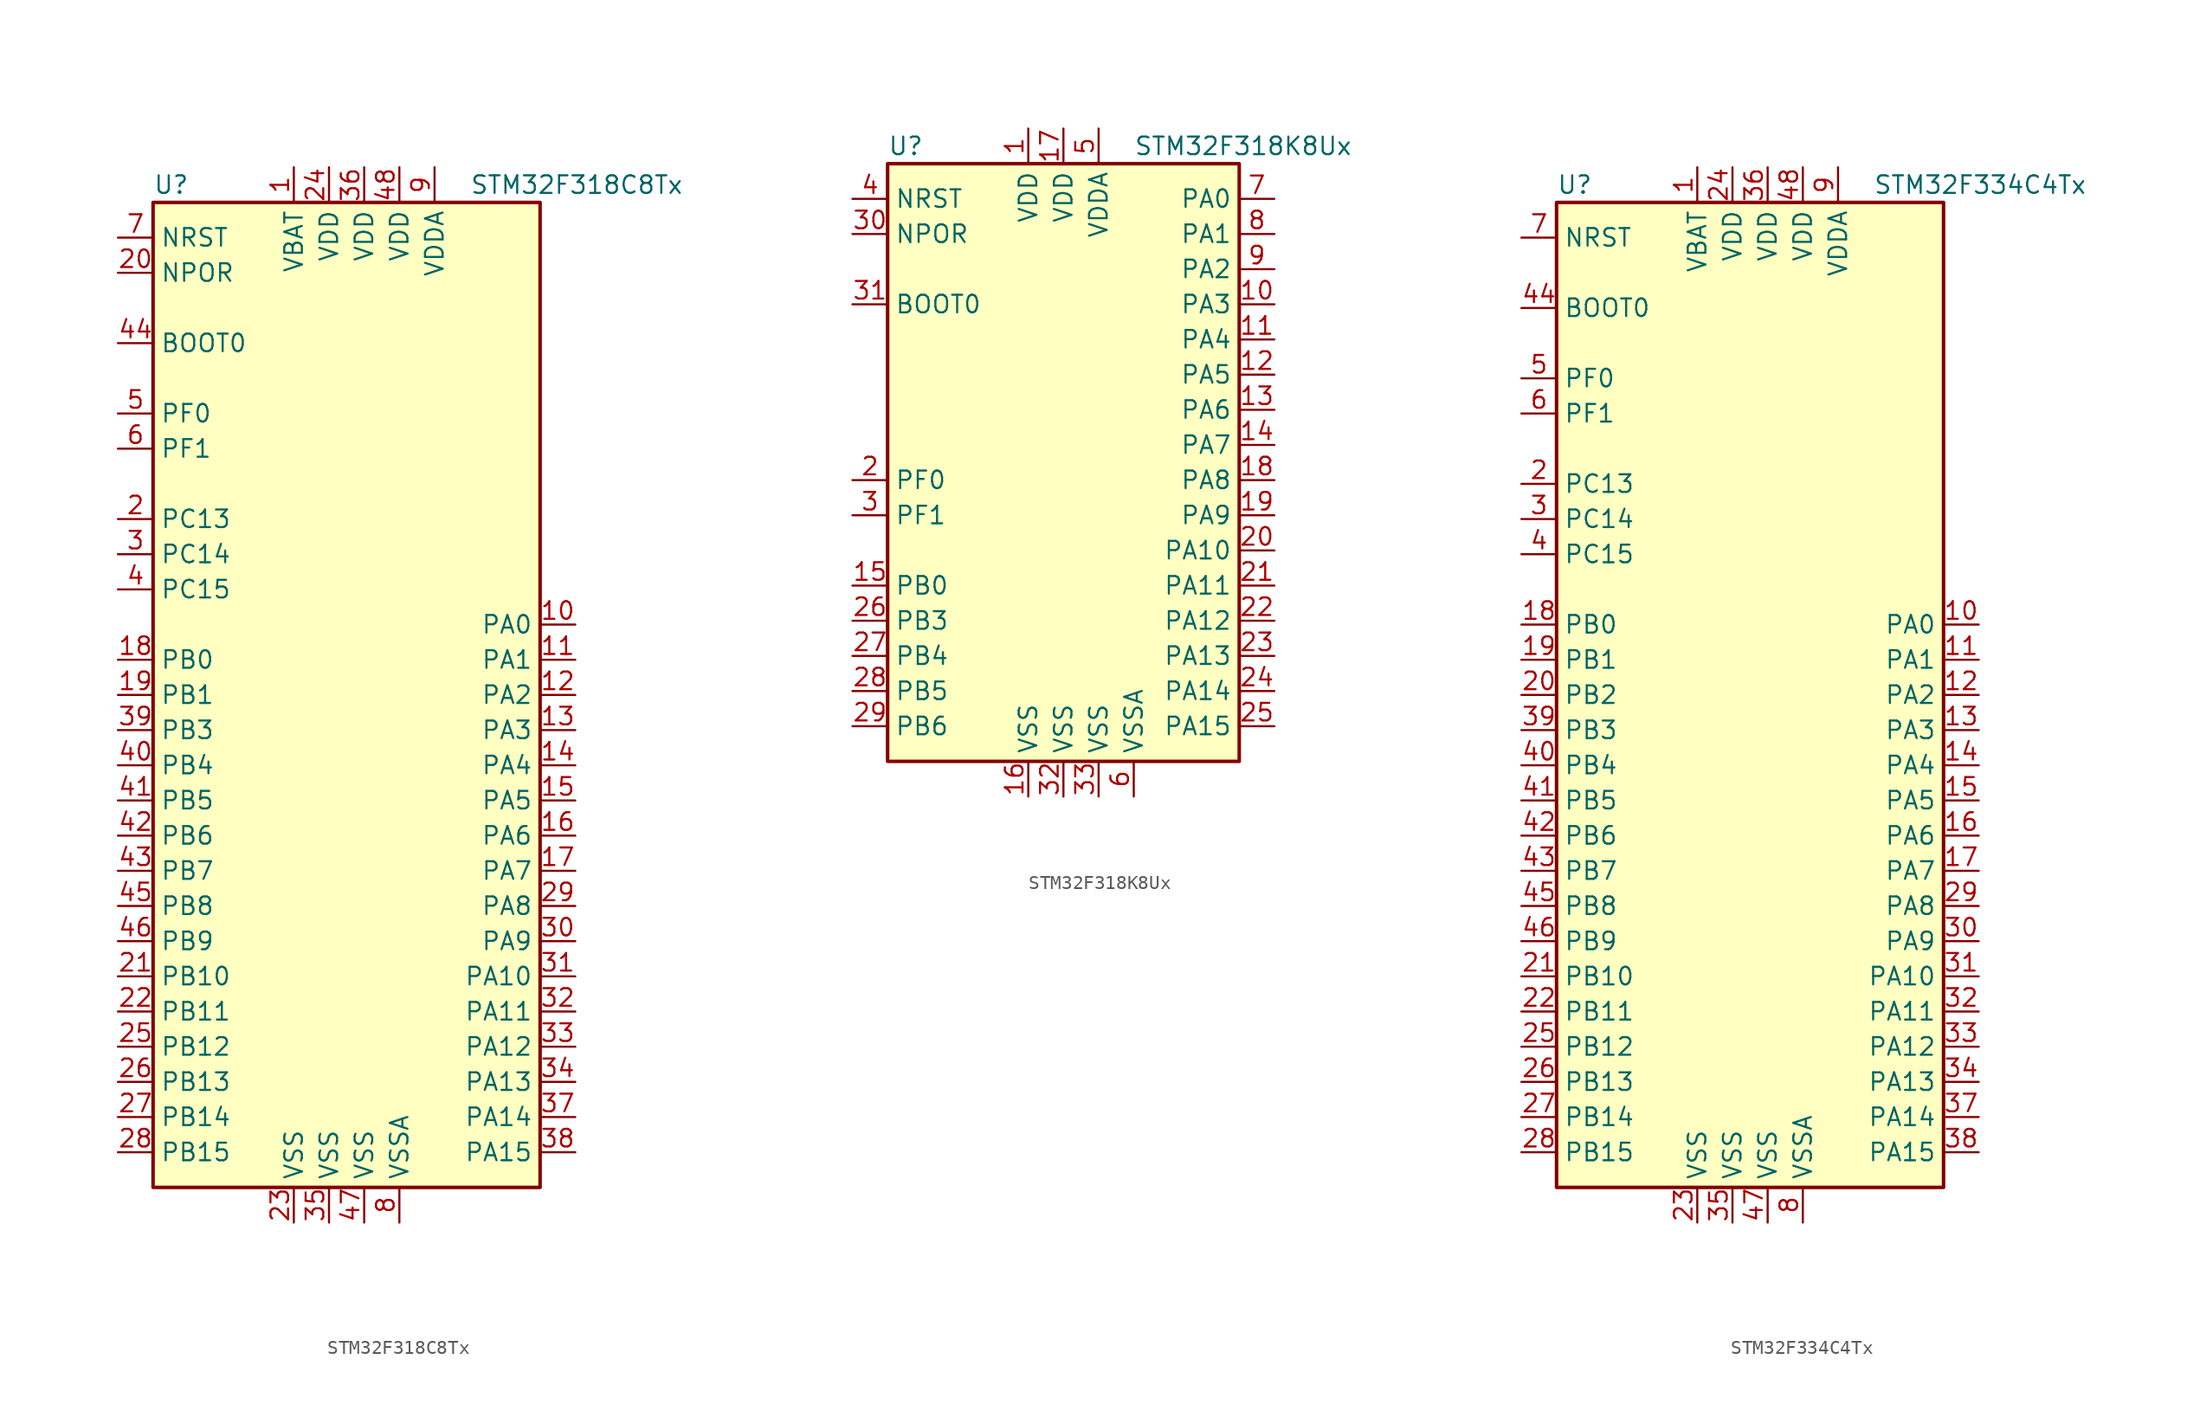
<source format=kicad_sym>
(kicad_symbol_lib
  (version 20201005)
  (generator kicad_symbol_editor)
  (symbol "MCU_ST_STM32F3:STM32F318C8Tx"
    (property "Reference" "U"
      (at -15.24 36.83 0)
      (effects (font (size 1.27 1.27)) (justify left)))
    (property "Value" "STM32F318C8Tx"
      (at 7.62 36.83 0)
      (effects (font (size 1.27 1.27)) (justify left)))
    (symbol "STM32F318C8Tx_0_1"
      (rectangle (start -15.24 -35.56) (end 12.7 35.56) (stroke (width 0.254)) (fill (type background))))
    (symbol "STM32F318C8Tx_1_1"
      (pin input line (at -17.78 25.4 0) (length 2.54) (name "BOOT0" (effects (font (size 1.27 1.27)))) (number "44" (effects (font (size 1.27 1.27)))))
      (pin input line (at -17.78 30.48 0) (length 2.54) (name "NPOR" (effects (font (size 1.27 1.27)))) (number "20" (effects (font (size 1.27 1.27)))))
      (pin input line (at -17.78 33.02 0) (length 2.54) (name "NRST" (effects (font (size 1.27 1.27)))) (number "7" (effects (font (size 1.27 1.27)))))
      (pin bidirectional line (at 15.24 5.08 180) (length 2.54) (name "PA0" (effects (font (size 1.27 1.27)))) (number "10" (effects (font (size 1.27 1.27)))))
      (pin bidirectional line (at 15.24 2.54 180) (length 2.54) (name "PA1" (effects (font (size 1.27 1.27)))) (number "11" (effects (font (size 1.27 1.27)))))
      (pin bidirectional line (at 15.24 -20.32 180) (length 2.54) (name "PA10" (effects (font (size 1.27 1.27)))) (number "31" (effects (font (size 1.27 1.27)))))
      (pin bidirectional line (at 15.24 -22.86 180) (length 2.54) (name "PA11" (effects (font (size 1.27 1.27)))) (number "32" (effects (font (size 1.27 1.27)))))
      (pin bidirectional line (at 15.24 -25.4 180) (length 2.54) (name "PA12" (effects (font (size 1.27 1.27)))) (number "33" (effects (font (size 1.27 1.27)))))
      (pin bidirectional line (at 15.24 -27.94 180) (length 2.54) (name "PA13" (effects (font (size 1.27 1.27)))) (number "34" (effects (font (size 1.27 1.27)))))
      (pin bidirectional line (at 15.24 -30.48 180) (length 2.54) (name "PA14" (effects (font (size 1.27 1.27)))) (number "37" (effects (font (size 1.27 1.27)))))
      (pin bidirectional line (at 15.24 -33.02 180) (length 2.54) (name "PA15" (effects (font (size 1.27 1.27)))) (number "38" (effects (font (size 1.27 1.27)))))
      (pin bidirectional line (at 15.24 0 180) (length 2.54) (name "PA2" (effects (font (size 1.27 1.27)))) (number "12" (effects (font (size 1.27 1.27)))))
      (pin bidirectional line (at 15.24 -2.54 180) (length 2.54) (name "PA3" (effects (font (size 1.27 1.27)))) (number "13" (effects (font (size 1.27 1.27)))))
      (pin bidirectional line (at 15.24 -5.08 180) (length 2.54) (name "PA4" (effects (font (size 1.27 1.27)))) (number "14" (effects (font (size 1.27 1.27)))))
      (pin bidirectional line (at 15.24 -7.62 180) (length 2.54) (name "PA5" (effects (font (size 1.27 1.27)))) (number "15" (effects (font (size 1.27 1.27)))))
      (pin bidirectional line (at 15.24 -10.16 180) (length 2.54) (name "PA6" (effects (font (size 1.27 1.27)))) (number "16" (effects (font (size 1.27 1.27)))))
      (pin bidirectional line (at 15.24 -12.7 180) (length 2.54) (name "PA7" (effects (font (size 1.27 1.27)))) (number "17" (effects (font (size 1.27 1.27)))))
      (pin bidirectional line (at 15.24 -15.24 180) (length 2.54) (name "PA8" (effects (font (size 1.27 1.27)))) (number "29" (effects (font (size 1.27 1.27)))))
      (pin bidirectional line (at 15.24 -17.78 180) (length 2.54) (name "PA9" (effects (font (size 1.27 1.27)))) (number "30" (effects (font (size 1.27 1.27)))))
      (pin bidirectional line (at -17.78 2.54 0) (length 2.54) (name "PB0" (effects (font (size 1.27 1.27)))) (number "18" (effects (font (size 1.27 1.27)))))
      (pin bidirectional line (at -17.78 0 0) (length 2.54) (name "PB1" (effects (font (size 1.27 1.27)))) (number "19" (effects (font (size 1.27 1.27)))))
      (pin bidirectional line (at -17.78 -20.32 0) (length 2.54) (name "PB10" (effects (font (size 1.27 1.27)))) (number "21" (effects (font (size 1.27 1.27)))))
      (pin bidirectional line (at -17.78 -22.86 0) (length 2.54) (name "PB11" (effects (font (size 1.27 1.27)))) (number "22" (effects (font (size 1.27 1.27)))))
      (pin bidirectional line (at -17.78 -25.4 0) (length 2.54) (name "PB12" (effects (font (size 1.27 1.27)))) (number "25" (effects (font (size 1.27 1.27)))))
      (pin bidirectional line (at -17.78 -27.94 0) (length 2.54) (name "PB13" (effects (font (size 1.27 1.27)))) (number "26" (effects (font (size 1.27 1.27)))))
      (pin bidirectional line (at -17.78 -30.48 0) (length 2.54) (name "PB14" (effects (font (size 1.27 1.27)))) (number "27" (effects (font (size 1.27 1.27)))))
      (pin bidirectional line (at -17.78 -33.02 0) (length 2.54) (name "PB15" (effects (font (size 1.27 1.27)))) (number "28" (effects (font (size 1.27 1.27)))))
      (pin bidirectional line (at -17.78 -2.54 0) (length 2.54) (name "PB3" (effects (font (size 1.27 1.27)))) (number "39" (effects (font (size 1.27 1.27)))))
      (pin bidirectional line (at -17.78 -5.08 0) (length 2.54) (name "PB4" (effects (font (size 1.27 1.27)))) (number "40" (effects (font (size 1.27 1.27)))))
      (pin bidirectional line (at -17.78 -7.62 0) (length 2.54) (name "PB5" (effects (font (size 1.27 1.27)))) (number "41" (effects (font (size 1.27 1.27)))))
      (pin bidirectional line (at -17.78 -10.16 0) (length 2.54) (name "PB6" (effects (font (size 1.27 1.27)))) (number "42" (effects (font (size 1.27 1.27)))))
      (pin bidirectional line (at -17.78 -12.7 0) (length 2.54) (name "PB7" (effects (font (size 1.27 1.27)))) (number "43" (effects (font (size 1.27 1.27)))))
      (pin bidirectional line (at -17.78 -15.24 0) (length 2.54) (name "PB8" (effects (font (size 1.27 1.27)))) (number "45" (effects (font (size 1.27 1.27)))))
      (pin bidirectional line (at -17.78 -17.78 0) (length 2.54) (name "PB9" (effects (font (size 1.27 1.27)))) (number "46" (effects (font (size 1.27 1.27)))))
      (pin bidirectional line (at -17.78 12.7 0) (length 2.54) (name "PC13" (effects (font (size 1.27 1.27)))) (number "2" (effects (font (size 1.27 1.27)))))
      (pin bidirectional line (at -17.78 10.16 0) (length 2.54) (name "PC14" (effects (font (size 1.27 1.27)))) (number "3" (effects (font (size 1.27 1.27)))))
      (pin bidirectional line (at -17.78 7.62 0) (length 2.54) (name "PC15" (effects (font (size 1.27 1.27)))) (number "4" (effects (font (size 1.27 1.27)))))
      (pin input line (at -17.78 20.32 0) (length 2.54) (name "PF0" (effects (font (size 1.27 1.27)))) (number "5" (effects (font (size 1.27 1.27)))))
      (pin input line (at -17.78 17.78 0) (length 2.54) (name "PF1" (effects (font (size 1.27 1.27)))) (number "6" (effects (font (size 1.27 1.27)))))
      (pin power_in line (at -5.08 38.1 270) (length 2.54) (name "VBAT" (effects (font (size 1.27 1.27)))) (number "1" (effects (font (size 1.27 1.27)))))
      (pin power_in line (at -2.54 38.1 270) (length 2.54) (name "VDD" (effects (font (size 1.27 1.27)))) (number "24" (effects (font (size 1.27 1.27)))))
      (pin power_in line (at 0 38.1 270) (length 2.54) (name "VDD" (effects (font (size 1.27 1.27)))) (number "36" (effects (font (size 1.27 1.27)))))
      (pin power_in line (at 2.54 38.1 270) (length 2.54) (name "VDD" (effects (font (size 1.27 1.27)))) (number "48" (effects (font (size 1.27 1.27)))))
      (pin power_in line (at 5.08 38.1 270) (length 2.54) (name "VDDA" (effects (font (size 1.27 1.27)))) (number "9" (effects (font (size 1.27 1.27)))))
      (pin power_in line (at -5.08 -38.1 90) (length 2.54) (name "VSS" (effects (font (size 1.27 1.27)))) (number "23" (effects (font (size 1.27 1.27)))))
      (pin power_in line (at -2.54 -38.1 90) (length 2.54) (name "VSS" (effects (font (size 1.27 1.27)))) (number "35" (effects (font (size 1.27 1.27)))))
      (pin power_in line (at 0 -38.1 90) (length 2.54) (name "VSS" (effects (font (size 1.27 1.27)))) (number "47" (effects (font (size 1.27 1.27)))))
      (pin power_in line (at 2.54 -38.1 90) (length 2.54) (name "VSSA" (effects (font (size 1.27 1.27)))) (number "8" (effects (font (size 1.27 1.27)))))))
  (symbol "MCU_ST_STM32F3:STM32F318K8Ux"
    (property "Reference" "U"
      (at -12.7 21.59 0)
      (effects (font (size 1.27 1.27)) (justify left)))
    (property "Value" "STM32F318K8Ux"
      (at 5.08 21.59 0)
      (effects (font (size 1.27 1.27)) (justify left)))
    (symbol "STM32F318K8Ux_0_1"
      (rectangle (start -12.7 -22.86) (end 12.7 20.32) (stroke (width 0.254)) (fill (type background))))
    (symbol "STM32F318K8Ux_1_1"
      (pin input line (at -15.24 10.16 0) (length 2.54) (name "BOOT0" (effects (font (size 1.27 1.27)))) (number "31" (effects (font (size 1.27 1.27)))))
      (pin input line (at -15.24 15.24 0) (length 2.54) (name "NPOR" (effects (font (size 1.27 1.27)))) (number "30" (effects (font (size 1.27 1.27)))))
      (pin input line (at -15.24 17.78 0) (length 2.54) (name "NRST" (effects (font (size 1.27 1.27)))) (number "4" (effects (font (size 1.27 1.27)))))
      (pin bidirectional line (at 15.24 17.78 180) (length 2.54) (name "PA0" (effects (font (size 1.27 1.27)))) (number "7" (effects (font (size 1.27 1.27)))))
      (pin bidirectional line (at 15.24 15.24 180) (length 2.54) (name "PA1" (effects (font (size 1.27 1.27)))) (number "8" (effects (font (size 1.27 1.27)))))
      (pin bidirectional line (at 15.24 -7.62 180) (length 2.54) (name "PA10" (effects (font (size 1.27 1.27)))) (number "20" (effects (font (size 1.27 1.27)))))
      (pin bidirectional line (at 15.24 -10.16 180) (length 2.54) (name "PA11" (effects (font (size 1.27 1.27)))) (number "21" (effects (font (size 1.27 1.27)))))
      (pin bidirectional line (at 15.24 -12.7 180) (length 2.54) (name "PA12" (effects (font (size 1.27 1.27)))) (number "22" (effects (font (size 1.27 1.27)))))
      (pin bidirectional line (at 15.24 -15.24 180) (length 2.54) (name "PA13" (effects (font (size 1.27 1.27)))) (number "23" (effects (font (size 1.27 1.27)))))
      (pin bidirectional line (at 15.24 -17.78 180) (length 2.54) (name "PA14" (effects (font (size 1.27 1.27)))) (number "24" (effects (font (size 1.27 1.27)))))
      (pin bidirectional line (at 15.24 -20.32 180) (length 2.54) (name "PA15" (effects (font (size 1.27 1.27)))) (number "25" (effects (font (size 1.27 1.27)))))
      (pin bidirectional line (at 15.24 12.7 180) (length 2.54) (name "PA2" (effects (font (size 1.27 1.27)))) (number "9" (effects (font (size 1.27 1.27)))))
      (pin bidirectional line (at 15.24 10.16 180) (length 2.54) (name "PA3" (effects (font (size 1.27 1.27)))) (number "10" (effects (font (size 1.27 1.27)))))
      (pin bidirectional line (at 15.24 7.62 180) (length 2.54) (name "PA4" (effects (font (size 1.27 1.27)))) (number "11" (effects (font (size 1.27 1.27)))))
      (pin bidirectional line (at 15.24 5.08 180) (length 2.54) (name "PA5" (effects (font (size 1.27 1.27)))) (number "12" (effects (font (size 1.27 1.27)))))
      (pin bidirectional line (at 15.24 2.54 180) (length 2.54) (name "PA6" (effects (font (size 1.27 1.27)))) (number "13" (effects (font (size 1.27 1.27)))))
      (pin bidirectional line (at 15.24 0 180) (length 2.54) (name "PA7" (effects (font (size 1.27 1.27)))) (number "14" (effects (font (size 1.27 1.27)))))
      (pin bidirectional line (at 15.24 -2.54 180) (length 2.54) (name "PA8" (effects (font (size 1.27 1.27)))) (number "18" (effects (font (size 1.27 1.27)))))
      (pin bidirectional line (at 15.24 -5.08 180) (length 2.54) (name "PA9" (effects (font (size 1.27 1.27)))) (number "19" (effects (font (size 1.27 1.27)))))
      (pin bidirectional line (at -15.24 -10.16 0) (length 2.54) (name "PB0" (effects (font (size 1.27 1.27)))) (number "15" (effects (font (size 1.27 1.27)))))
      (pin bidirectional line (at -15.24 -12.7 0) (length 2.54) (name "PB3" (effects (font (size 1.27 1.27)))) (number "26" (effects (font (size 1.27 1.27)))))
      (pin bidirectional line (at -15.24 -15.24 0) (length 2.54) (name "PB4" (effects (font (size 1.27 1.27)))) (number "27" (effects (font (size 1.27 1.27)))))
      (pin bidirectional line (at -15.24 -17.78 0) (length 2.54) (name "PB5" (effects (font (size 1.27 1.27)))) (number "28" (effects (font (size 1.27 1.27)))))
      (pin bidirectional line (at -15.24 -20.32 0) (length 2.54) (name "PB6" (effects (font (size 1.27 1.27)))) (number "29" (effects (font (size 1.27 1.27)))))
      (pin input line (at -15.24 -2.54 0) (length 2.54) (name "PF0" (effects (font (size 1.27 1.27)))) (number "2" (effects (font (size 1.27 1.27)))))
      (pin input line (at -15.24 -5.08 0) (length 2.54) (name "PF1" (effects (font (size 1.27 1.27)))) (number "3" (effects (font (size 1.27 1.27)))))
      (pin power_in line (at -2.54 22.86 270) (length 2.54) (name "VDD" (effects (font (size 1.27 1.27)))) (number "1" (effects (font (size 1.27 1.27)))))
      (pin power_in line (at 0 22.86 270) (length 2.54) (name "VDD" (effects (font (size 1.27 1.27)))) (number "17" (effects (font (size 1.27 1.27)))))
      (pin power_in line (at 2.54 22.86 270) (length 2.54) (name "VDDA" (effects (font (size 1.27 1.27)))) (number "5" (effects (font (size 1.27 1.27)))))
      (pin power_in line (at -2.54 -25.4 90) (length 2.54) (name "VSS" (effects (font (size 1.27 1.27)))) (number "16" (effects (font (size 1.27 1.27)))))
      (pin power_in line (at 0 -25.4 90) (length 2.54) (name "VSS" (effects (font (size 1.27 1.27)))) (number "32" (effects (font (size 1.27 1.27)))))
      (pin power_in line (at 2.54 -25.4 90) (length 2.54) (name "VSS" (effects (font (size 1.27 1.27)))) (number "33" (effects (font (size 1.27 1.27)))))
      (pin power_in line (at 5.08 -25.4 90) (length 2.54) (name "VSSA" (effects (font (size 1.27 1.27)))) (number "6" (effects (font (size 1.27 1.27)))))))
  (symbol "MCU_ST_STM32F3:STM32F334C4Tx"
    (property "Reference" "U"
      (at -15.24 36.83 0)
      (effects (font (size 1.27 1.27)) (justify left)))
    (property "Value" "STM32F334C4Tx"
      (at 7.62 36.83 0)
      (effects (font (size 1.27 1.27)) (justify left)))
    (symbol "STM32F334C4Tx_0_1"
      (rectangle (start -15.24 -35.56) (end 12.7 35.56) (stroke (width 0.254)) (fill (type background))))
    (symbol "STM32F334C4Tx_1_1"
      (pin input line (at -17.78 27.94 0) (length 2.54) (name "BOOT0" (effects (font (size 1.27 1.27)))) (number "44" (effects (font (size 1.27 1.27)))))
      (pin input line (at -17.78 33.02 0) (length 2.54) (name "NRST" (effects (font (size 1.27 1.27)))) (number "7" (effects (font (size 1.27 1.27)))))
      (pin bidirectional line (at 15.24 5.08 180) (length 2.54) (name "PA0" (effects (font (size 1.27 1.27)))) (number "10" (effects (font (size 1.27 1.27)))))
      (pin bidirectional line (at 15.24 2.54 180) (length 2.54) (name "PA1" (effects (font (size 1.27 1.27)))) (number "11" (effects (font (size 1.27 1.27)))))
      (pin bidirectional line (at 15.24 -20.32 180) (length 2.54) (name "PA10" (effects (font (size 1.27 1.27)))) (number "31" (effects (font (size 1.27 1.27)))))
      (pin bidirectional line (at 15.24 -22.86 180) (length 2.54) (name "PA11" (effects (font (size 1.27 1.27)))) (number "32" (effects (font (size 1.27 1.27)))))
      (pin bidirectional line (at 15.24 -25.4 180) (length 2.54) (name "PA12" (effects (font (size 1.27 1.27)))) (number "33" (effects (font (size 1.27 1.27)))))
      (pin bidirectional line (at 15.24 -27.94 180) (length 2.54) (name "PA13" (effects (font (size 1.27 1.27)))) (number "34" (effects (font (size 1.27 1.27)))))
      (pin bidirectional line (at 15.24 -30.48 180) (length 2.54) (name "PA14" (effects (font (size 1.27 1.27)))) (number "37" (effects (font (size 1.27 1.27)))))
      (pin bidirectional line (at 15.24 -33.02 180) (length 2.54) (name "PA15" (effects (font (size 1.27 1.27)))) (number "38" (effects (font (size 1.27 1.27)))))
      (pin bidirectional line (at 15.24 0 180) (length 2.54) (name "PA2" (effects (font (size 1.27 1.27)))) (number "12" (effects (font (size 1.27 1.27)))))
      (pin bidirectional line (at 15.24 -2.54 180) (length 2.54) (name "PA3" (effects (font (size 1.27 1.27)))) (number "13" (effects (font (size 1.27 1.27)))))
      (pin bidirectional line (at 15.24 -5.08 180) (length 2.54) (name "PA4" (effects (font (size 1.27 1.27)))) (number "14" (effects (font (size 1.27 1.27)))))
      (pin bidirectional line (at 15.24 -7.62 180) (length 2.54) (name "PA5" (effects (font (size 1.27 1.27)))) (number "15" (effects (font (size 1.27 1.27)))))
      (pin bidirectional line (at 15.24 -10.16 180) (length 2.54) (name "PA6" (effects (font (size 1.27 1.27)))) (number "16" (effects (font (size 1.27 1.27)))))
      (pin bidirectional line (at 15.24 -12.7 180) (length 2.54) (name "PA7" (effects (font (size 1.27 1.27)))) (number "17" (effects (font (size 1.27 1.27)))))
      (pin bidirectional line (at 15.24 -15.24 180) (length 2.54) (name "PA8" (effects (font (size 1.27 1.27)))) (number "29" (effects (font (size 1.27 1.27)))))
      (pin bidirectional line (at 15.24 -17.78 180) (length 2.54) (name "PA9" (effects (font (size 1.27 1.27)))) (number "30" (effects (font (size 1.27 1.27)))))
      (pin bidirectional line (at -17.78 5.08 0) (length 2.54) (name "PB0" (effects (font (size 1.27 1.27)))) (number "18" (effects (font (size 1.27 1.27)))))
      (pin bidirectional line (at -17.78 2.54 0) (length 2.54) (name "PB1" (effects (font (size 1.27 1.27)))) (number "19" (effects (font (size 1.27 1.27)))))
      (pin bidirectional line (at -17.78 -20.32 0) (length 2.54) (name "PB10" (effects (font (size 1.27 1.27)))) (number "21" (effects (font (size 1.27 1.27)))))
      (pin bidirectional line (at -17.78 -22.86 0) (length 2.54) (name "PB11" (effects (font (size 1.27 1.27)))) (number "22" (effects (font (size 1.27 1.27)))))
      (pin bidirectional line (at -17.78 -25.4 0) (length 2.54) (name "PB12" (effects (font (size 1.27 1.27)))) (number "25" (effects (font (size 1.27 1.27)))))
      (pin bidirectional line (at -17.78 -27.94 0) (length 2.54) (name "PB13" (effects (font (size 1.27 1.27)))) (number "26" (effects (font (size 1.27 1.27)))))
      (pin bidirectional line (at -17.78 -30.48 0) (length 2.54) (name "PB14" (effects (font (size 1.27 1.27)))) (number "27" (effects (font (size 1.27 1.27)))))
      (pin bidirectional line (at -17.78 -33.02 0) (length 2.54) (name "PB15" (effects (font (size 1.27 1.27)))) (number "28" (effects (font (size 1.27 1.27)))))
      (pin bidirectional line (at -17.78 0 0) (length 2.54) (name "PB2" (effects (font (size 1.27 1.27)))) (number "20" (effects (font (size 1.27 1.27)))))
      (pin bidirectional line (at -17.78 -2.54 0) (length 2.54) (name "PB3" (effects (font (size 1.27 1.27)))) (number "39" (effects (font (size 1.27 1.27)))))
      (pin bidirectional line (at -17.78 -5.08 0) (length 2.54) (name "PB4" (effects (font (size 1.27 1.27)))) (number "40" (effects (font (size 1.27 1.27)))))
      (pin bidirectional line (at -17.78 -7.62 0) (length 2.54) (name "PB5" (effects (font (size 1.27 1.27)))) (number "41" (effects (font (size 1.27 1.27)))))
      (pin bidirectional line (at -17.78 -10.16 0) (length 2.54) (name "PB6" (effects (font (size 1.27 1.27)))) (number "42" (effects (font (size 1.27 1.27)))))
      (pin bidirectional line (at -17.78 -12.7 0) (length 2.54) (name "PB7" (effects (font (size 1.27 1.27)))) (number "43" (effects (font (size 1.27 1.27)))))
      (pin bidirectional line (at -17.78 -15.24 0) (length 2.54) (name "PB8" (effects (font (size 1.27 1.27)))) (number "45" (effects (font (size 1.27 1.27)))))
      (pin bidirectional line (at -17.78 -17.78 0) (length 2.54) (name "PB9" (effects (font (size 1.27 1.27)))) (number "46" (effects (font (size 1.27 1.27)))))
      (pin bidirectional line (at -17.78 15.24 0) (length 2.54) (name "PC13" (effects (font (size 1.27 1.27)))) (number "2" (effects (font (size 1.27 1.27)))))
      (pin bidirectional line (at -17.78 12.7 0) (length 2.54) (name "PC14" (effects (font (size 1.27 1.27)))) (number "3" (effects (font (size 1.27 1.27)))))
      (pin bidirectional line (at -17.78 10.16 0) (length 2.54) (name "PC15" (effects (font (size 1.27 1.27)))) (number "4" (effects (font (size 1.27 1.27)))))
      (pin input line (at -17.78 22.86 0) (length 2.54) (name "PF0" (effects (font (size 1.27 1.27)))) (number "5" (effects (font (size 1.27 1.27)))))
      (pin input line (at -17.78 20.32 0) (length 2.54) (name "PF1" (effects (font (size 1.27 1.27)))) (number "6" (effects (font (size 1.27 1.27)))))
      (pin power_in line (at -5.08 38.1 270) (length 2.54) (name "VBAT" (effects (font (size 1.27 1.27)))) (number "1" (effects (font (size 1.27 1.27)))))
      (pin power_in line (at -2.54 38.1 270) (length 2.54) (name "VDD" (effects (font (size 1.27 1.27)))) (number "24" (effects (font (size 1.27 1.27)))))
      (pin power_in line (at 0 38.1 270) (length 2.54) (name "VDD" (effects (font (size 1.27 1.27)))) (number "36" (effects (font (size 1.27 1.27)))))
      (pin power_in line (at 2.54 38.1 270) (length 2.54) (name "VDD" (effects (font (size 1.27 1.27)))) (number "48" (effects (font (size 1.27 1.27)))))
      (pin power_in line (at 5.08 38.1 270) (length 2.54) (name "VDDA" (effects (font (size 1.27 1.27)))) (number "9" (effects (font (size 1.27 1.27)))))
      (pin power_in line (at -5.08 -38.1 90) (length 2.54) (name "VSS" (effects (font (size 1.27 1.27)))) (number "23" (effects (font (size 1.27 1.27)))))
      (pin power_in line (at -2.54 -38.1 90) (length 2.54) (name "VSS" (effects (font (size 1.27 1.27)))) (number "35" (effects (font (size 1.27 1.27)))))
      (pin power_in line (at 0 -38.1 90) (length 2.54) (name "VSS" (effects (font (size 1.27 1.27)))) (number "47" (effects (font (size 1.27 1.27)))))
      (pin power_in line (at 2.54 -38.1 90) (length 2.54) (name "VSSA" (effects (font (size 1.27 1.27)))) (number "8" (effects (font (size 1.27 1.27))))))))
</source>
